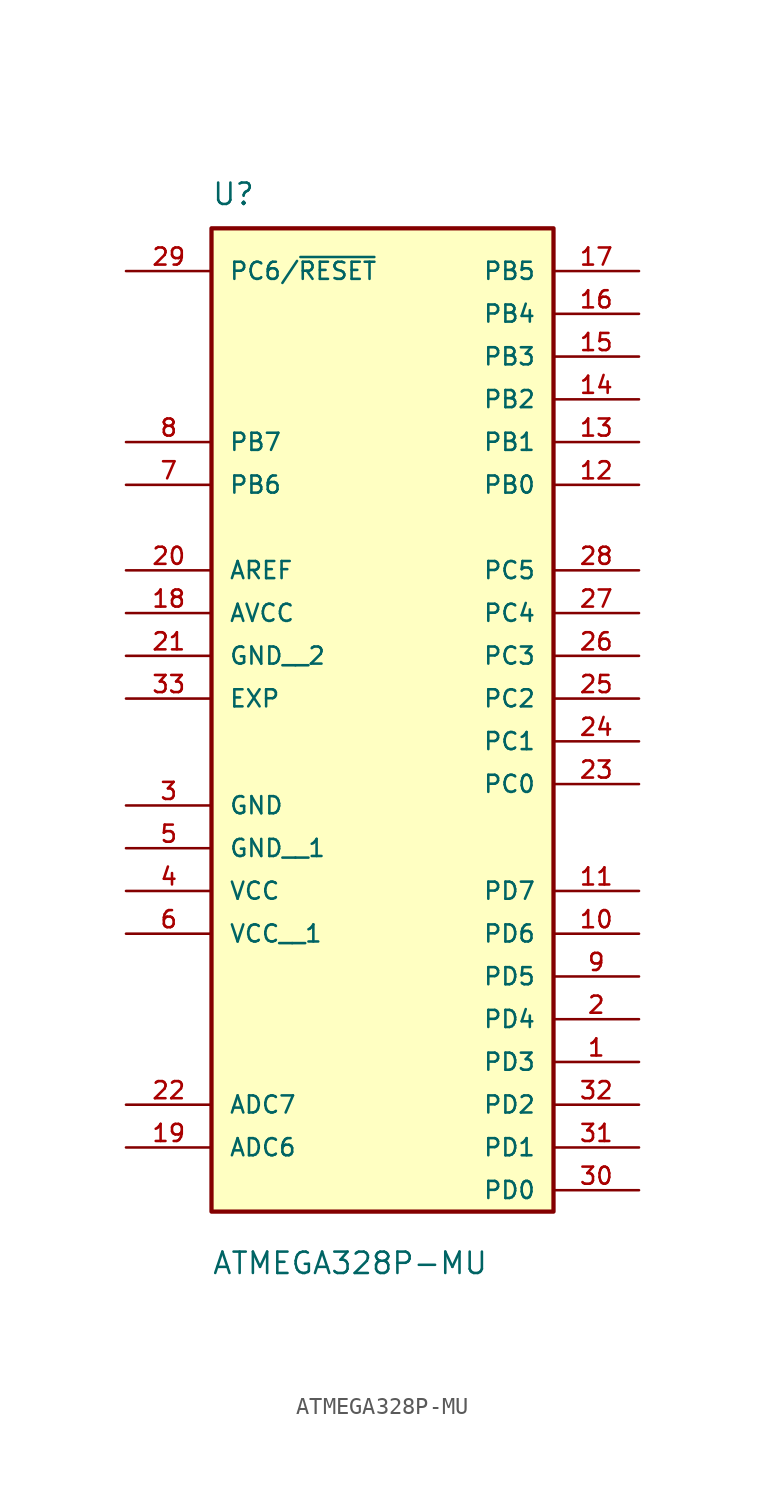
<source format=kicad_sym>
(kicad_symbol_lib
  (version 20231120)
  (generator "kicad_symbol_editor")
  (generator_version "8.0")
  (symbol "ATMEGA328P-MU"
    (pin_names
      (offset 1.016))
    (property "Reference" "U"
      (at -10.166 26.686 0)
      (effects (font (size 1.27 1.27)) (justify left bottom)))
    (property "Value" "ATMEGA328P-MU"
      (at -10.16 -36.83 0)
      (effects (font (size 1.27 1.27)) (justify left bottom)))
    (symbol "ATMEGA328P-MU_0_0"
      (rectangle (start -10.16 25.4) (end 10.16 -33.02) (stroke (width 0.254) (type default)) (fill (type background)))
      (pin bidirectional line (at 15.24 -24.13 180) (length 5.08) (name "PD3" (effects (font (size 1.016 1.016)))) (number "1" (effects (font (size 1.016 1.016)))))
      (pin bidirectional line (at 15.24 -16.51 180) (length 5.08) (name "PD6" (effects (font (size 1.016 1.016)))) (number "10" (effects (font (size 1.016 1.016)))))
      (pin bidirectional line (at 15.24 -13.97 180) (length 5.08) (name "PD7" (effects (font (size 1.016 1.016)))) (number "11" (effects (font (size 1.016 1.016)))))
      (pin bidirectional line (at 15.24 10.16 180) (length 5.08) (name "PB0" (effects (font (size 1.016 1.016)))) (number "12" (effects (font (size 1.016 1.016)))))
      (pin bidirectional line (at 15.24 12.7 180) (length 5.08) (name "PB1" (effects (font (size 1.016 1.016)))) (number "13" (effects (font (size 1.016 1.016)))))
      (pin bidirectional line (at 15.24 15.24 180) (length 5.08) (name "PB2" (effects (font (size 1.016 1.016)))) (number "14" (effects (font (size 1.016 1.016)))))
      (pin bidirectional line (at 15.24 17.78 180) (length 5.08) (name "PB3" (effects (font (size 1.016 1.016)))) (number "15" (effects (font (size 1.016 1.016)))))
      (pin bidirectional line (at 15.24 20.32 180) (length 5.08) (name "PB4" (effects (font (size 1.016 1.016)))) (number "16" (effects (font (size 1.016 1.016)))))
      (pin bidirectional line (at 15.24 22.86 180) (length 5.08) (name "PB5" (effects (font (size 1.016 1.016)))) (number "17" (effects (font (size 1.016 1.016)))))
      (pin power_in line (at -15.24 2.54 0) (length 5.08) (name "AVCC" (effects (font (size 1.016 1.016)))) (number "18" (effects (font (size 1.016 1.016)))))
      (pin bidirectional line (at -15.24 -29.21 0) (length 5.08) (name "ADC6" (effects (font (size 1.016 1.016)))) (number "19" (effects (font (size 1.016 1.016)))))
      (pin bidirectional line (at 15.24 -21.59 180) (length 5.08) (name "PD4" (effects (font (size 1.016 1.016)))) (number "2" (effects (font (size 1.016 1.016)))))
      (pin input line (at -15.24 5.08 0) (length 5.08) (name "AREF" (effects (font (size 1.016 1.016)))) (number "20" (effects (font (size 1.016 1.016)))))
      (pin power_in line (at -15.24 0 0) (length 5.08) (name "GND__2" (effects (font (size 1.016 1.016)))) (number "21" (effects (font (size 1.016 1.016)))))
      (pin bidirectional line (at -15.24 -26.67 0) (length 5.08) (name "ADC7" (effects (font (size 1.016 1.016)))) (number "22" (effects (font (size 1.016 1.016)))))
      (pin bidirectional line (at 15.24 -7.62 180) (length 5.08) (name "PC0" (effects (font (size 1.016 1.016)))) (number "23" (effects (font (size 1.016 1.016)))))
      (pin bidirectional line (at 15.24 -5.08 180) (length 5.08) (name "PC1" (effects (font (size 1.016 1.016)))) (number "24" (effects (font (size 1.016 1.016)))))
      (pin bidirectional line (at 15.24 -2.54 180) (length 5.08) (name "PC2" (effects (font (size 1.016 1.016)))) (number "25" (effects (font (size 1.016 1.016)))))
      (pin bidirectional line (at 15.24 0 180) (length 5.08) (name "PC3" (effects (font (size 1.016 1.016)))) (number "26" (effects (font (size 1.016 1.016)))))
      (pin bidirectional line (at 15.24 2.54 180) (length 5.08) (name "PC4" (effects (font (size 1.016 1.016)))) (number "27" (effects (font (size 1.016 1.016)))))
      (pin bidirectional line (at 15.24 5.08 180) (length 5.08) (name "PC5" (effects (font (size 1.016 1.016)))) (number "28" (effects (font (size 1.016 1.016)))))
      (pin bidirectional line (at -15.24 22.86 0) (length 5.08) (name "PC6/~{RESET}" (effects (font (size 1.016 1.016)))) (number "29" (effects (font (size 1.016 1.016)))))
      (pin power_in line (at -15.24 -8.89 0) (length 5.08) (name "GND" (effects (font (size 1.016 1.016)))) (number "3" (effects (font (size 1.016 1.016)))))
      (pin bidirectional line (at 15.24 -31.75 180) (length 5.08) (name "PD0" (effects (font (size 1.016 1.016)))) (number "30" (effects (font (size 1.016 1.016)))))
      (pin bidirectional line (at 15.24 -29.21 180) (length 5.08) (name "PD1" (effects (font (size 1.016 1.016)))) (number "31" (effects (font (size 1.016 1.016)))))
      (pin bidirectional line (at 15.24 -26.67 180) (length 5.08) (name "PD2" (effects (font (size 1.016 1.016)))) (number "32" (effects (font (size 1.016 1.016)))))
      (pin power_in line (at -15.24 -2.54 0) (length 5.08) (name "EXP" (effects (font (size 1.016 1.016)))) (number "33" (effects (font (size 1.016 1.016)))))
      (pin power_in line (at -15.24 -13.97 0) (length 5.08) (name "VCC" (effects (font (size 1.016 1.016)))) (number "4" (effects (font (size 1.016 1.016)))))
      (pin power_in line (at -15.24 -11.43 0) (length 5.08) (name "GND__1" (effects (font (size 1.016 1.016)))) (number "5" (effects (font (size 1.016 1.016)))))
      (pin power_in line (at -15.24 -16.51 0) (length 5.08) (name "VCC__1" (effects (font (size 1.016 1.016)))) (number "6" (effects (font (size 1.016 1.016)))))
      (pin bidirectional line (at -15.24 10.16 0) (length 5.08) (name "PB6" (effects (font (size 1.016 1.016)))) (number "7" (effects (font (size 1.016 1.016)))))
      (pin bidirectional line (at -15.24 12.7 0) (length 5.08) (name "PB7" (effects (font (size 1.016 1.016)))) (number "8" (effects (font (size 1.016 1.016)))))
      (pin bidirectional line (at 15.24 -19.05 180) (length 5.08) (name "PD5" (effects (font (size 1.016 1.016)))) (number "9" (effects (font (size 1.016 1.016))))))))
</source>
